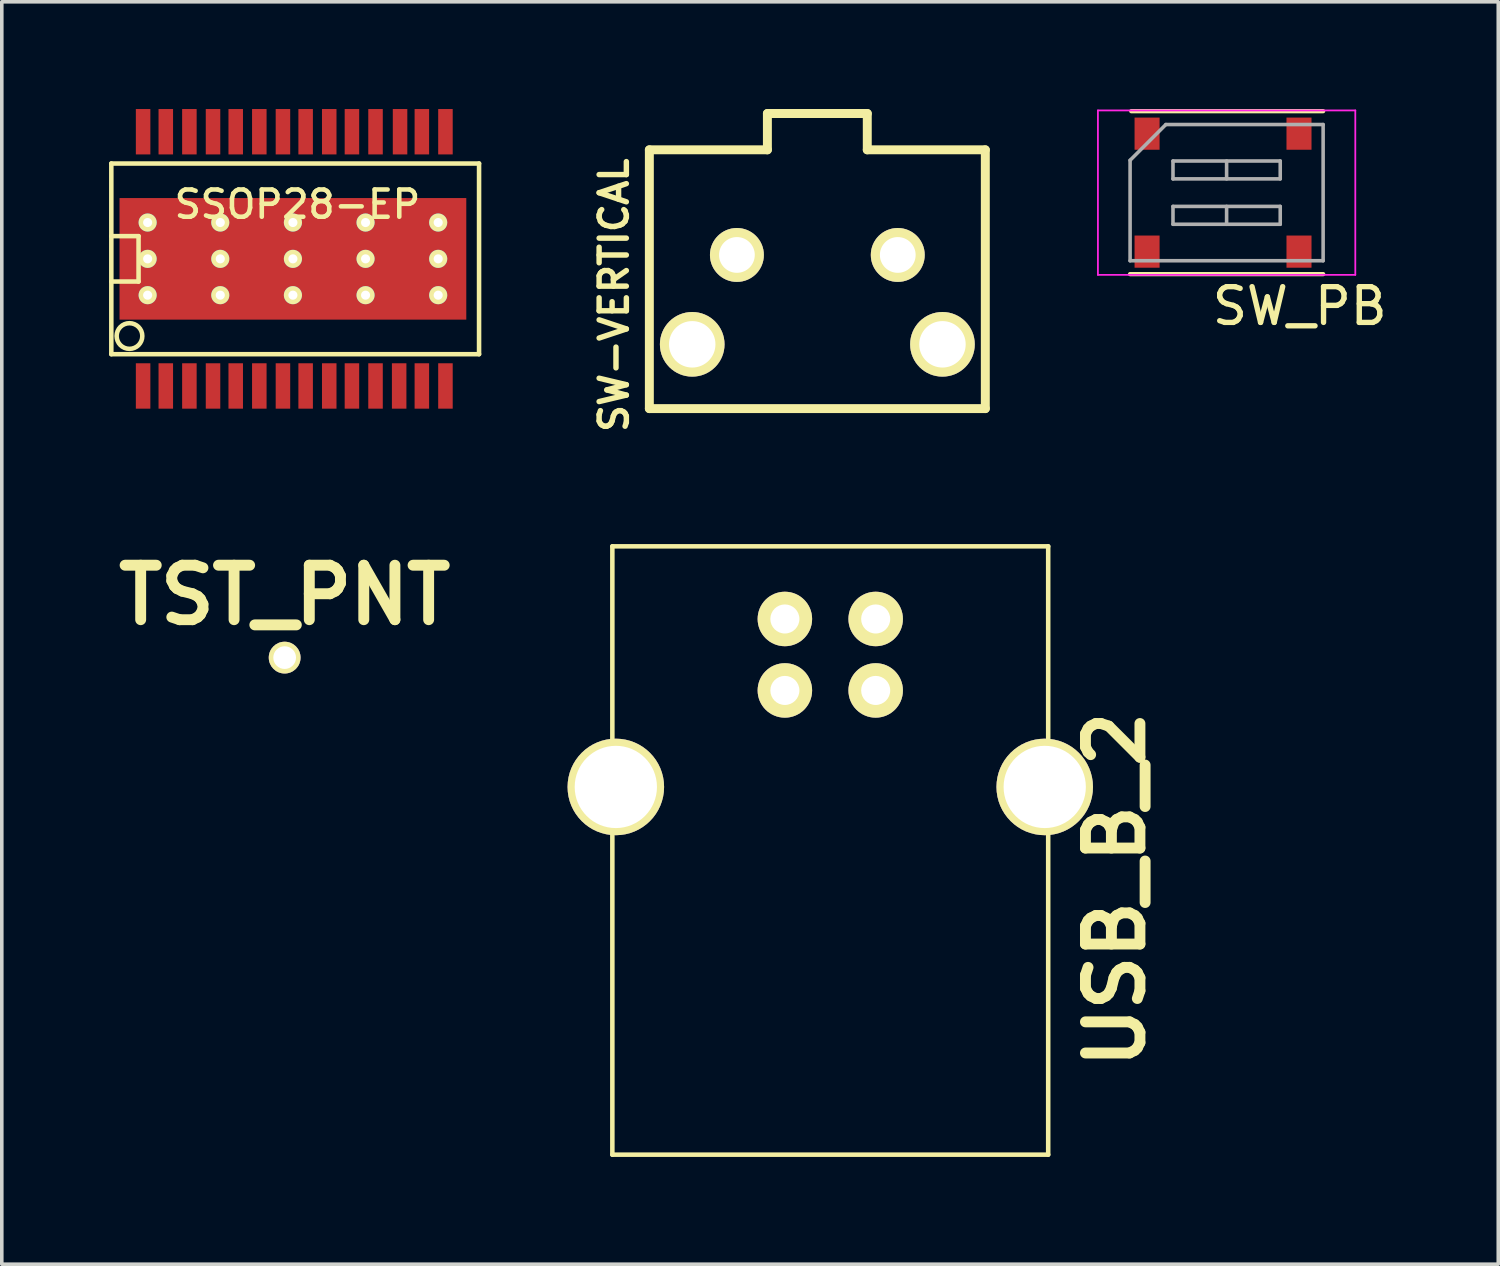
<source format=kicad_pcb>
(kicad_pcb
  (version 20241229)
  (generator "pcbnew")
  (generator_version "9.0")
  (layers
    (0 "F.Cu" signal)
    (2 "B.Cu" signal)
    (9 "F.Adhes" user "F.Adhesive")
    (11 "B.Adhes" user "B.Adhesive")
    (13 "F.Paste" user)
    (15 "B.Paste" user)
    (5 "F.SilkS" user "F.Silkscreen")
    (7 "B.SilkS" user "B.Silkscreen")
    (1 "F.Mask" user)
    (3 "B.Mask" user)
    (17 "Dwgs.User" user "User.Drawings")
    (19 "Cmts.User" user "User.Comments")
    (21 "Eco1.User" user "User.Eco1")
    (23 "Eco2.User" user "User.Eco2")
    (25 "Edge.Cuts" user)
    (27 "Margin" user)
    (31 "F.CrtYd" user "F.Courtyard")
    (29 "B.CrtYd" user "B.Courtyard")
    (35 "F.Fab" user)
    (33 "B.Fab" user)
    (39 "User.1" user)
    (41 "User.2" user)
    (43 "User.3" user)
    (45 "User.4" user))
  (footprint "USB_B_2"
    (layer "F.Cu")
    (at 20.176 18.964)
    (property "Reference" "USB_B_2" (at 7.973 2.87 90) (layer "F.SilkS") (effects (font (size 1.524 1.524) (thickness 0.305))))
    (attr through_hole)
    (fp_line (start -6.096 -6.731) (end -6.096 10.287) (stroke (width 0.127) (type solid)) (layer "F.SilkS"))
    (fp_line (start -6.096 10.287) (end 6.096 10.287) (stroke (width 0.127) (type solid)) (layer "F.SilkS"))
    (fp_line (start 6.096 -6.731) (end -6.096 -6.731) (stroke (width 0.127) (type solid)) (layer "F.SilkS"))
    (fp_line (start 6.096 10.287) (end 6.096 -6.731) (stroke (width 0.127) (type solid)) (layer "F.SilkS"))
    (pad "1" thru_hole circle (at 1.27 -4.699) (size 1.524 1.524) (drill 0.813) (layers "*.Cu" "*.Mask" "F.SilkS"))
    (pad "2" thru_hole circle (at -1.27 -4.699) (size 1.524 1.524) (drill 0.813) (layers "*.Cu" "*.Mask" "F.SilkS"))
    (pad "3" thru_hole circle (at -1.27 -2.7) (size 1.524 1.524) (drill 0.813) (layers "*.Cu" "*.Mask" "F.SilkS"))
    (pad "4" thru_hole circle (at 1.27 -2.7) (size 1.524 1.524) (drill 0.813) (layers "*.Cu" "*.Mask" "F.SilkS"))
    (pad "5" thru_hole circle (at 5.999 0) (size 2.7 2.7) (drill 2.301) (layers "*.Cu" "*.Mask" "F.SilkS"))
    (pad "6" thru_hole circle (at -5.999 0) (size 2.7 2.7) (drill 2.301) (layers "*.Cu" "*.Mask" "F.SilkS")))
  (footprint "SW_PB"
    (layer "F.Cu")
    (at 31.263 2.339)
    (property "Reference" "SW_PB" (at 2.045 3.175 0) (layer "F.SilkS") (effects (font (size 1 1) (thickness 0.15))))
    (attr smd)
    (fp_line (start -2.7 2.279) (end 2.7 2.279) (stroke (width 0.12) (type solid)) (layer "F.SilkS"))
    (fp_line (start -2.667 -2.279) (end 2.7 -2.279) (stroke (width 0.12) (type solid)) (layer "F.SilkS"))
    (fp_line (start -3.6 -2.3) (end -3.6 2.3) (stroke (width 0.05) (type solid)) (layer "F.CrtYd"))
    (fp_line (start -3.6 2.3) (end 3.6 2.3) (stroke (width 0.05) (type solid)) (layer "F.CrtYd"))
    (fp_line (start 3.6 -2.3) (end -3.6 -2.3) (stroke (width 0.05) (type solid)) (layer "F.CrtYd"))
    (fp_line (start 3.6 2.3) (end 3.6 -2.3) (stroke (width 0.05) (type solid)) (layer "F.CrtYd"))
    (fp_line (start -2.7 -0.905) (end -1.7 -1.905) (stroke (width 0.1) (type solid)) (layer "F.Fab"))
    (fp_line (start -2.7 1.905) (end -2.7 -0.905) (stroke (width 0.1) (type solid)) (layer "F.Fab"))
    (fp_line (start -1.7 -1.905) (end 2.7 -1.905) (stroke (width 0.1) (type solid)) (layer "F.Fab"))
    (fp_line (start -1.5 -0.885) (end -1.5 -0.385) (stroke (width 0.1) (type solid)) (layer "F.Fab"))
    (fp_line (start -1.5 -0.385) (end 1.5 -0.385) (stroke (width 0.1) (type solid)) (layer "F.Fab"))
    (fp_line (start -1.5 0.385) (end -1.5 0.885) (stroke (width 0.1) (type solid)) (layer "F.Fab"))
    (fp_line (start -1.5 0.885) (end 1.5 0.885) (stroke (width 0.1) (type solid)) (layer "F.Fab"))
    (fp_line (start 0 -0.885) (end 0 -0.385) (stroke (width 0.1) (type solid)) (layer "F.Fab"))
    (fp_line (start 0 0.385) (end 0 0.885) (stroke (width 0.1) (type solid)) (layer "F.Fab"))
    (fp_line (start 1.5 -0.885) (end -1.5 -0.885) (stroke (width 0.1) (type solid)) (layer "F.Fab"))
    (fp_line (start 1.5 -0.385) (end 1.5 -0.885) (stroke (width 0.1) (type solid)) (layer "F.Fab"))
    (fp_line (start 1.5 0.385) (end -1.5 0.385) (stroke (width 0.1) (type solid)) (layer "F.Fab"))
    (fp_line (start 1.5 0.885) (end 1.5 0.385) (stroke (width 0.1) (type solid)) (layer "F.Fab"))
    (fp_line (start 2.7 -1.905) (end 2.7 1.905) (stroke (width 0.1) (type solid)) (layer "F.Fab"))
    (fp_line (start 2.7 1.905) (end -2.7 1.905) (stroke (width 0.1) (type solid)) (layer "F.Fab"))
    (pad "1" smd rect (at -2.225 -1.65) (size 0.7 0.9) (layers "F.Cu" "F.Mask" "F.Paste"))
    (pad "2" smd rect (at 2.025 -1.65) (size 0.7 0.9) (layers "F.Cu" "F.Mask" "F.Paste"))
    (pad "3" smd rect (at -2.225 1.65) (size 0.7 0.9) (layers "F.Cu" "F.Mask" "F.Paste"))
    (pad "4" smd rect (at 2.025 1.65) (size 0.7 0.9) (layers "F.Cu" "F.Mask" "F.Paste")))
  (footprint "SSOP28-EP"
    (layer "F.Cu")
    (at 5.144 4.191)
    (property "Reference" "SSOP28-EP" (at 0.127 -1.524 0) (layer "F.SilkS") (effects (font (size 0.762 0.762) (thickness 0.127))))
    (attr smd)
    (fp_line (start -5.08 -2.667) (end -5.08 2.667) (stroke (width 0.127) (type solid)) (layer "F.SilkS"))
    (fp_line (start -5.08 -2.667) (end 5.207 -2.667) (stroke (width 0.127) (type solid)) (layer "F.SilkS"))
    (fp_line (start -5.08 -0.635) (end -4.318 -0.635) (stroke (width 0.127) (type solid)) (layer "F.SilkS"))
    (fp_line (start -4.318 -0.635) (end -4.318 0.635) (stroke (width 0.127) (type solid)) (layer "F.SilkS"))
    (fp_line (start -4.318 0.635) (end -5.08 0.635) (stroke (width 0.127) (type solid)) (layer "F.SilkS"))
    (fp_line (start 5.207 -2.667) (end 5.207 2.667) (stroke (width 0.127) (type solid)) (layer "F.SilkS"))
    (fp_line (start 5.207 2.667) (end -5.08 2.667) (stroke (width 0.127) (type solid)) (layer "F.SilkS"))
    (fp_circle (center -4.572 2.159) (end -4.826 1.905) (stroke (width 0.127) (type solid)) (fill no) (layer "F.SilkS"))
    (pad "1" smd rect (at -4.191 3.556) (size 0.406 1.27) (layers "F.Cu" "F.Mask" "F.Paste"))
    (pad "2" smd rect (at -3.556 3.556) (size 0.406 1.27) (layers "F.Cu" "F.Mask" "F.Paste"))
    (pad "3" smd rect (at -2.896 3.556) (size 0.406 1.27) (layers "F.Cu" "F.Mask" "F.Paste"))
    (pad "4" smd rect (at -2.235 3.556) (size 0.406 1.27) (layers "F.Cu" "F.Mask" "F.Paste"))
    (pad "5" smd rect (at -1.6 3.556) (size 0.406 1.27) (layers "F.Cu" "F.Mask" "F.Paste"))
    (pad "6" smd rect (at -0.94 3.556) (size 0.406 1.27) (layers "F.Cu" "F.Mask" "F.Paste"))
    (pad "7" smd rect (at -0.279 3.556) (size 0.406 1.27) (layers "F.Cu" "F.Mask" "F.Paste"))
    (pad "8" smd rect (at 0.356 3.556) (size 0.406 1.27) (layers "F.Cu" "F.Mask" "F.Paste"))
    (pad "9" smd rect (at 1.016 3.556) (size 0.406 1.27) (layers "F.Cu" "F.Mask" "F.Paste"))
    (pad "10" smd rect (at 1.651 3.556) (size 0.406 1.27) (layers "F.Cu" "F.Mask" "F.Paste"))
    (pad "11" smd rect (at 2.311 3.556) (size 0.406 1.27) (layers "F.Cu" "F.Mask" "F.Paste"))
    (pad "12" smd rect (at 2.972 3.556) (size 0.406 1.27) (layers "F.Cu" "F.Mask" "F.Paste"))
    (pad "13" smd rect (at 3.607 3.556) (size 0.406 1.27) (layers "F.Cu" "F.Mask" "F.Paste"))
    (pad "14" smd rect (at 4.267 3.556) (size 0.406 1.27) (layers "F.Cu" "F.Mask" "F.Paste"))
    (pad "15" smd rect (at 4.267 -3.556) (size 0.406 1.27) (layers "F.Cu" "F.Mask" "F.Paste"))
    (pad "16" smd rect (at 3.607 -3.556) (size 0.406 1.27) (layers "F.Cu" "F.Mask" "F.Paste"))
    (pad "17" smd rect (at 2.997 -3.556) (size 0.406 1.27) (layers "F.Cu" "F.Mask" "F.Paste"))
    (pad "18" smd rect (at 2.311 -3.556) (size 0.406 1.27) (layers "F.Cu" "F.Mask" "F.Paste"))
    (pad "19" smd rect (at 1.651 -3.556) (size 0.406 1.27) (layers "F.Cu" "F.Mask" "F.Paste"))
    (pad "20" smd rect (at 1.016 -3.556) (size 0.406 1.27) (layers "F.Cu" "F.Mask" "F.Paste"))
    (pad "21" smd rect (at 0.356 -3.556) (size 0.406 1.27) (layers "F.Cu" "F.Mask" "F.Paste"))
    (pad "22" smd rect (at -0.279 -3.556) (size 0.406 1.27) (layers "F.Cu" "F.Mask" "F.Paste"))
    (pad "23" smd rect (at -0.94 -3.556) (size 0.406 1.27) (layers "F.Cu" "F.Mask" "F.Paste"))
    (pad "24" smd rect (at -1.6 -3.556) (size 0.406 1.27) (layers "F.Cu" "F.Mask" "F.Paste"))
    (pad "25" smd rect (at -2.235 -3.556) (size 0.406 1.27) (layers "F.Cu" "F.Mask" "F.Paste"))
    (pad "26" smd rect (at -2.896 -3.556) (size 0.406 1.27) (layers "F.Cu" "F.Mask" "F.Paste"))
    (pad "27" smd rect (at -3.556 -3.556) (size 0.406 1.27) (layers "F.Cu" "F.Mask" "F.Paste"))
    (pad "28" smd rect (at -4.191 -3.556) (size 0.406 1.27) (layers "F.Cu" "F.Mask" "F.Paste"))
    (pad "28" thru_hole circle (at -4.064 -1.016) (size 0.508 0.508) (drill 0.254) (layers "*.Cu" "*.Mask" "F.SilkS"))
    (pad "28" thru_hole circle (at -4.064 0) (size 0.508 0.508) (drill 0.254) (layers "*.Cu" "*.Mask" "F.SilkS"))
    (pad "28" thru_hole circle (at -4.064 1.016) (size 0.508 0.508) (drill 0.254) (layers "*.Cu" "*.Mask" "F.SilkS"))
    (pad "28" thru_hole circle (at -2.032 -1.016) (size 0.508 0.508) (drill 0.254) (layers "*.Cu" "*.Mask" "F.SilkS"))
    (pad "28" thru_hole circle (at -2.032 0) (size 0.508 0.508) (drill 0.254) (layers "*.Cu" "*.Mask" "F.SilkS"))
    (pad "28" thru_hole circle (at -2.032 1.016) (size 0.508 0.508) (drill 0.254) (layers "*.Cu" "*.Mask" "F.SilkS"))
    (pad "28" thru_hole circle (at 0 -1.016) (size 0.508 0.508) (drill 0.254) (layers "*.Cu" "*.Mask" "F.SilkS"))
    (pad "28" thru_hole circle (at 0 0) (size 0.508 0.508) (drill 0.254) (layers "*.Cu" "*.Mask" "F.SilkS"))
    (pad "28" smd rect (at 0 0) (size 9.7 3.401) (layers "F.Cu" "F.Mask" "F.Paste"))
    (pad "28" thru_hole circle (at 0 1.016) (size 0.508 0.508) (drill 0.254) (layers "*.Cu" "*.Mask" "F.SilkS"))
    (pad "28" thru_hole circle (at 2.032 -1.016) (size 0.508 0.508) (drill 0.254) (layers "*.Cu" "*.Mask" "F.SilkS"))
    (pad "28" thru_hole circle (at 2.032 0) (size 0.508 0.508) (drill 0.254) (layers "*.Cu" "*.Mask" "F.SilkS"))
    (pad "28" thru_hole circle (at 2.032 1.016) (size 0.508 0.508) (drill 0.254) (layers "*.Cu" "*.Mask" "F.SilkS"))
    (pad "28" thru_hole circle (at 4.064 -1.016) (size 0.508 0.508) (drill 0.254) (layers "*.Cu" "*.Mask" "F.SilkS"))
    (pad "28" thru_hole circle (at 4.064 0) (size 0.508 0.508) (drill 0.254) (layers "*.Cu" "*.Mask" "F.SilkS"))
    (pad "28" thru_hole circle (at 4.064 1.016) (size 0.508 0.508) (drill 0.254) (layers "*.Cu" "*.Mask" "F.SilkS")))
  (footprint "SW-VERTICAL"
    (layer "F.Cu")
    (at 19.814 5.332)
    (property "Reference" "SW-VERTICAL" (at -5.687 -0.124 90) (layer "F.SilkS") (effects (font (size 0.762 0.762) (thickness 0.152))))
    (attr through_hole)
    (fp_line (start -4.699 -4.191) (end -4.699 3.048) (stroke (width 0.25) (type solid)) (layer "F.SilkS"))
    (fp_line (start -4.699 3.048) (end 4.699 3.048) (stroke (width 0.25) (type solid)) (layer "F.SilkS"))
    (fp_line (start -1.397 -5.207) (end 1.397 -5.207) (stroke (width 0.25) (type solid)) (layer "F.SilkS"))
    (fp_line (start -1.397 -4.191) (end -4.699 -4.191) (stroke (width 0.25) (type solid)) (layer "F.SilkS"))
    (fp_line (start -1.397 -4.191) (end -1.397 -5.207) (stroke (width 0.25) (type solid)) (layer "F.SilkS"))
    (fp_line (start 1.397 -5.207) (end 1.397 -4.191) (stroke (width 0.25) (type solid)) (layer "F.SilkS"))
    (fp_line (start 1.397 -4.191) (end 4.699 -4.191) (stroke (width 0.25) (type solid)) (layer "F.SilkS"))
    (fp_line (start 4.699 3.048) (end 4.699 -4.191) (stroke (width 0.25) (type solid)) (layer "F.SilkS"))
    (pad "" thru_hole circle (at -3.5 1.25) (size 1.808 1.808) (drill 1.3) (layers "*.Cu" "*.Mask" "F.SilkS"))
    (pad "" thru_hole circle (at 3.5 1.25) (size 1.808 1.808) (drill 1.3) (layers "*.Cu" "*.Mask" "F.SilkS"))
    (pad "1" thru_hole circle (at -2.25 -1.25) (size 1.508 1.508) (drill 1) (layers "*.Cu" "*.Mask" "F.SilkS"))
    (pad "2" thru_hole circle (at 2.25 -1.25) (size 1.508 1.508) (drill 1) (layers "*.Cu" "*.Mask" "F.SilkS")))
  (footprint "TST_PNT"
    (layer "F.Cu")
    (at 4.913 15.346)
    (property "Reference" "TST_PNT" (at 0 -1.75 0) (layer "F.SilkS") (effects (font (size 1.524 1.524) (thickness 0.305))))
    (attr through_hole)
    (pad "1" thru_hole circle (at 0 0) (size 0.889 0.889) (drill 0.635) (layers "*.Cu" "*.Mask" "F.SilkS")))
  (gr_rect
    (start -3 -3)
    (end 38.862 32.315)
    (stroke (width 0.1) (type default))
    (fill no)
    (layer "Edge.Cuts")))
</source>
